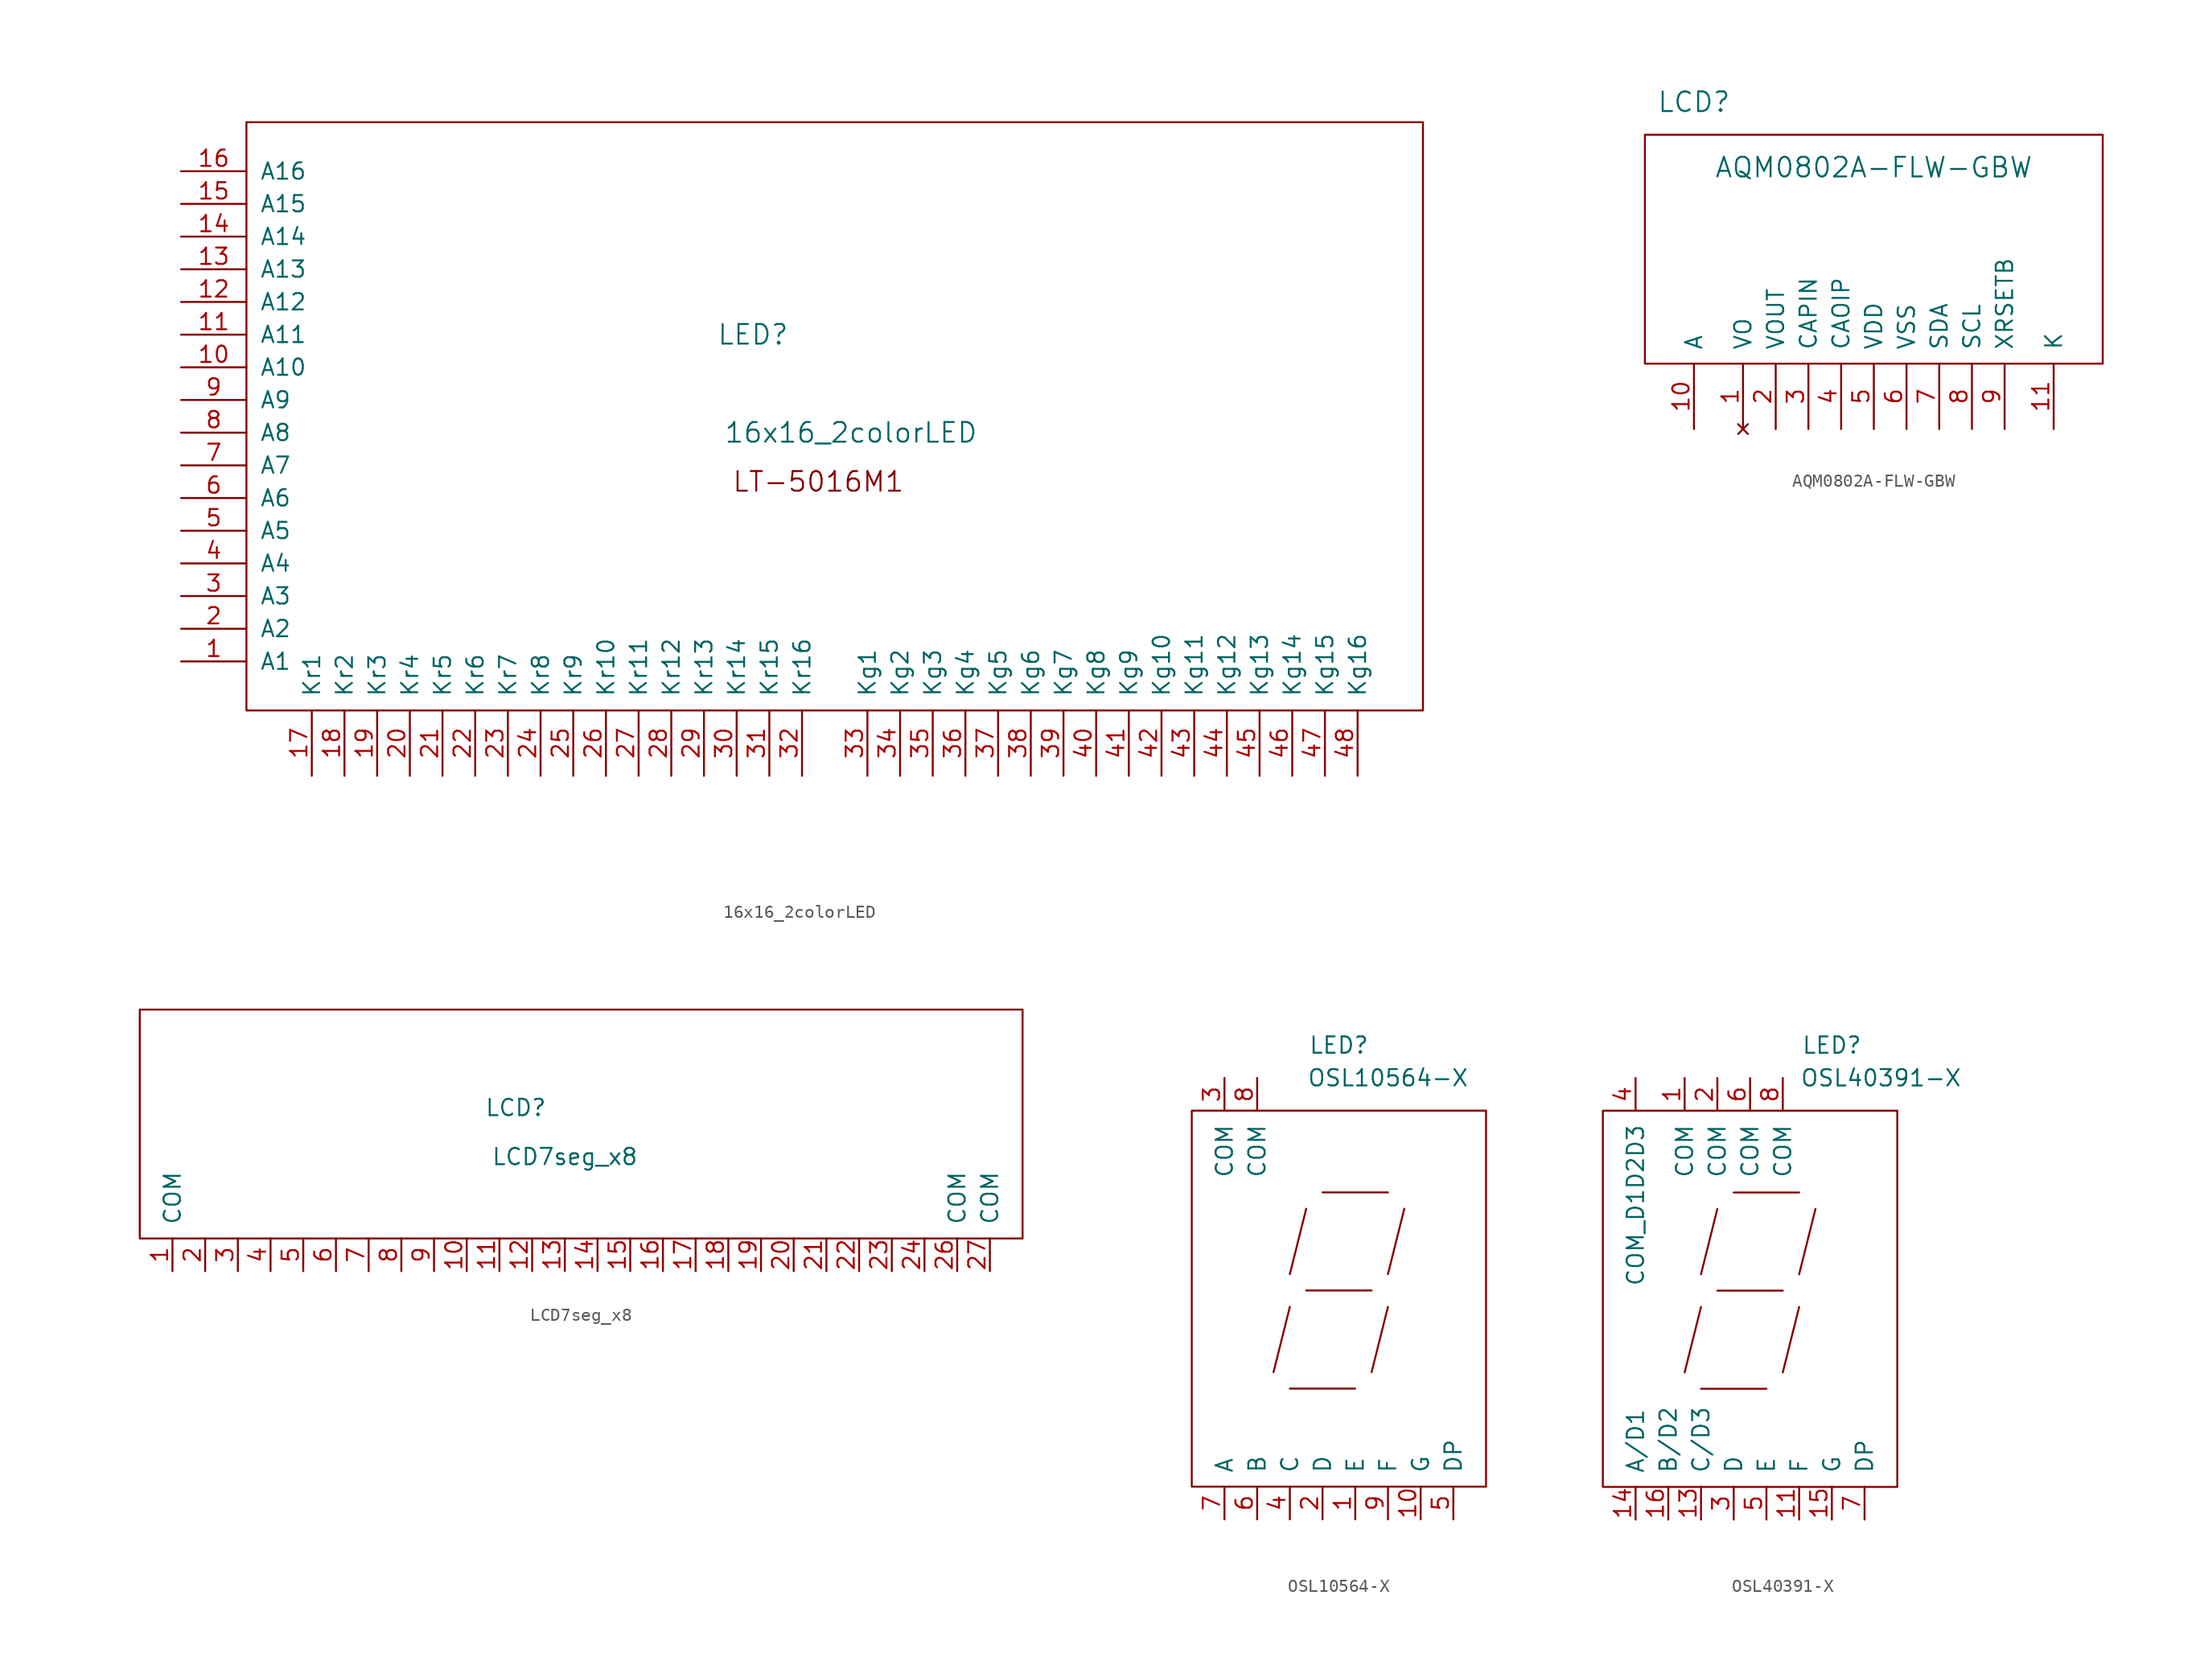
<source format=kicad_sym>
(kicad_symbol_lib
  (version 20220914)
  (generator kicad_symbol_editor)
  (symbol "16x16_2colorLED"
    (pin_names
      (offset 1.016))
    (property "Reference" "LED"
      (at 44.45 38.1 0)
      (effects (font (size 1.524 1.524))))
    (property "Value" "16x16_2colorLED"
      (at 52.07 30.48 0)
      (effects (font (size 1.524 1.524))))
    (property "Footprint" ""
      (at 0 0 0)
      (effects (font (size 1.524 1.524))))
    (property "Datasheet" ""
      (at 0 0 0)
      (effects (font (size 1.524 1.524))))
    (symbol "16x16_2colorLED_0_0"
      (text "LT-5016M1" (at 49.53 26.67 0) (effects (font (size 1.524 1.524)))))
    (symbol "16x16_2colorLED_0_1"
      (rectangle (start 5.08 54.61) (end 96.52 8.89) (stroke (width 0) (type solid)) (fill (type none)))
      (rectangle (start 60.96 6.35) (end 60.96 6.35) (stroke (width 0) (type solid)) (fill (type none))))
    (symbol "16x16_2colorLED_1_1"
      (pin input line (at 0 12.7 0) (length 5.08) (name "A1" (effects (font (size 1.27 1.27)))) (number "1" (effects (font (size 1.27 1.27)))))
      (pin input line (at 0 35.56 0) (length 5.08) (name "A10" (effects (font (size 1.27 1.27)))) (number "10" (effects (font (size 1.27 1.27)))))
      (pin input line (at 0 38.1 0) (length 5.08) (name "A11" (effects (font (size 1.27 1.27)))) (number "11" (effects (font (size 1.27 1.27)))))
      (pin input line (at 0 40.64 0) (length 5.08) (name "A12" (effects (font (size 1.27 1.27)))) (number "12" (effects (font (size 1.27 1.27)))))
      (pin input line (at 0 43.18 0) (length 5.08) (name "A13" (effects (font (size 1.27 1.27)))) (number "13" (effects (font (size 1.27 1.27)))))
      (pin input line (at 0 45.72 0) (length 5.08) (name "A14" (effects (font (size 1.27 1.27)))) (number "14" (effects (font (size 1.27 1.27)))))
      (pin input line (at 0 48.26 0) (length 5.08) (name "A15" (effects (font (size 1.27 1.27)))) (number "15" (effects (font (size 1.27 1.27)))))
      (pin input line (at 0 50.8 0) (length 5.08) (name "A16" (effects (font (size 1.27 1.27)))) (number "16" (effects (font (size 1.27 1.27)))))
      (pin input line (at 10.16 3.81 90) (length 5.08) (name "Kr1" (effects (font (size 1.27 1.27)))) (number "17" (effects (font (size 1.27 1.27)))))
      (pin input line (at 12.7 3.81 90) (length 5.08) (name "Kr2" (effects (font (size 1.27 1.27)))) (number "18" (effects (font (size 1.27 1.27)))))
      (pin input line (at 15.24 3.81 90) (length 5.08) (name "Kr3" (effects (font (size 1.27 1.27)))) (number "19" (effects (font (size 1.27 1.27)))))
      (pin input line (at 0 15.24 0) (length 5.08) (name "A2" (effects (font (size 1.27 1.27)))) (number "2" (effects (font (size 1.27 1.27)))))
      (pin input line (at 17.78 3.81 90) (length 5.08) (name "Kr4" (effects (font (size 1.27 1.27)))) (number "20" (effects (font (size 1.27 1.27)))))
      (pin input line (at 20.32 3.81 90) (length 5.08) (name "Kr5" (effects (font (size 1.27 1.27)))) (number "21" (effects (font (size 1.27 1.27)))))
      (pin input line (at 22.86 3.81 90) (length 5.08) (name "Kr6" (effects (font (size 1.27 1.27)))) (number "22" (effects (font (size 1.27 1.27)))))
      (pin input line (at 25.4 3.81 90) (length 5.08) (name "Kr7" (effects (font (size 1.27 1.27)))) (number "23" (effects (font (size 1.27 1.27)))))
      (pin input line (at 27.94 3.81 90) (length 5.08) (name "Kr8" (effects (font (size 1.27 1.27)))) (number "24" (effects (font (size 1.27 1.27)))))
      (pin input line (at 30.48 3.81 90) (length 5.08) (name "Kr9" (effects (font (size 1.27 1.27)))) (number "25" (effects (font (size 1.27 1.27)))))
      (pin input line (at 33.02 3.81 90) (length 5.08) (name "Kr10" (effects (font (size 1.27 1.27)))) (number "26" (effects (font (size 1.27 1.27)))))
      (pin input line (at 35.56 3.81 90) (length 5.08) (name "Kr11" (effects (font (size 1.27 1.27)))) (number "27" (effects (font (size 1.27 1.27)))))
      (pin input line (at 38.1 3.81 90) (length 5.08) (name "Kr12" (effects (font (size 1.27 1.27)))) (number "28" (effects (font (size 1.27 1.27)))))
      (pin input line (at 40.64 3.81 90) (length 5.08) (name "Kr13" (effects (font (size 1.27 1.27)))) (number "29" (effects (font (size 1.27 1.27)))))
      (pin input line (at 0 17.78 0) (length 5.08) (name "A3" (effects (font (size 1.27 1.27)))) (number "3" (effects (font (size 1.27 1.27)))))
      (pin input line (at 43.18 3.81 90) (length 5.08) (name "Kr14" (effects (font (size 1.27 1.27)))) (number "30" (effects (font (size 1.27 1.27)))))
      (pin input line (at 45.72 3.81 90) (length 5.08) (name "Kr15" (effects (font (size 1.27 1.27)))) (number "31" (effects (font (size 1.27 1.27)))))
      (pin input line (at 48.26 3.81 90) (length 5.08) (name "Kr16" (effects (font (size 1.27 1.27)))) (number "32" (effects (font (size 1.27 1.27)))))
      (pin input line (at 53.34 3.81 90) (length 5.08) (name "Kg1" (effects (font (size 1.27 1.27)))) (number "33" (effects (font (size 1.27 1.27)))))
      (pin input line (at 55.88 3.81 90) (length 5.08) (name "Kg2" (effects (font (size 1.27 1.27)))) (number "34" (effects (font (size 1.27 1.27)))))
      (pin input line (at 58.42 3.81 90) (length 5.08) (name "Kg3" (effects (font (size 1.27 1.27)))) (number "35" (effects (font (size 1.27 1.27)))))
      (pin input line (at 60.96 3.81 90) (length 5.08) (name "Kg4" (effects (font (size 1.27 1.27)))) (number "36" (effects (font (size 1.27 1.27)))))
      (pin input line (at 63.5 3.81 90) (length 5.08) (name "Kg5" (effects (font (size 1.27 1.27)))) (number "37" (effects (font (size 1.27 1.27)))))
      (pin input line (at 66.04 3.81 90) (length 5.08) (name "Kg6" (effects (font (size 1.27 1.27)))) (number "38" (effects (font (size 1.27 1.27)))))
      (pin input line (at 68.58 3.81 90) (length 5.08) (name "Kg7" (effects (font (size 1.27 1.27)))) (number "39" (effects (font (size 1.27 1.27)))))
      (pin input line (at 0 20.32 0) (length 5.08) (name "A4" (effects (font (size 1.27 1.27)))) (number "4" (effects (font (size 1.27 1.27)))))
      (pin input line (at 71.12 3.81 90) (length 5.08) (name "Kg8" (effects (font (size 1.27 1.27)))) (number "40" (effects (font (size 1.27 1.27)))))
      (pin input line (at 73.66 3.81 90) (length 5.08) (name "Kg9" (effects (font (size 1.27 1.27)))) (number "41" (effects (font (size 1.27 1.27)))))
      (pin input line (at 76.2 3.81 90) (length 5.08) (name "Kg10" (effects (font (size 1.27 1.27)))) (number "42" (effects (font (size 1.27 1.27)))))
      (pin input line (at 78.74 3.81 90) (length 5.08) (name "Kg11" (effects (font (size 1.27 1.27)))) (number "43" (effects (font (size 1.27 1.27)))))
      (pin input line (at 81.28 3.81 90) (length 5.08) (name "Kg12" (effects (font (size 1.27 1.27)))) (number "44" (effects (font (size 1.27 1.27)))))
      (pin input line (at 83.82 3.81 90) (length 5.08) (name "Kg13" (effects (font (size 1.27 1.27)))) (number "45" (effects (font (size 1.27 1.27)))))
      (pin input line (at 86.36 3.81 90) (length 5.08) (name "Kg14" (effects (font (size 1.27 1.27)))) (number "46" (effects (font (size 1.27 1.27)))))
      (pin input line (at 88.9 3.81 90) (length 5.08) (name "Kg15" (effects (font (size 1.27 1.27)))) (number "47" (effects (font (size 1.27 1.27)))))
      (pin input line (at 91.44 3.81 90) (length 5.08) (name "Kg16" (effects (font (size 1.27 1.27)))) (number "48" (effects (font (size 1.27 1.27)))))
      (pin input line (at 0 22.86 0) (length 5.08) (name "A5" (effects (font (size 1.27 1.27)))) (number "5" (effects (font (size 1.27 1.27)))))
      (pin input line (at 0 25.4 0) (length 5.08) (name "A6" (effects (font (size 1.27 1.27)))) (number "6" (effects (font (size 1.27 1.27)))))
      (pin input line (at 0 27.94 0) (length 5.08) (name "A7" (effects (font (size 1.27 1.27)))) (number "7" (effects (font (size 1.27 1.27)))))
      (pin input line (at 0 30.48 0) (length 5.08) (name "A8" (effects (font (size 1.27 1.27)))) (number "8" (effects (font (size 1.27 1.27)))))
      (pin input line (at 0 33.02 0) (length 5.08) (name "A9" (effects (font (size 1.27 1.27)))) (number "9" (effects (font (size 1.27 1.27)))))))
  (symbol "AQM0802A-FLW-GBW"
    (pin_names
      (offset 1.016))
    (property "Reference" "LCD"
      (at -13.97 22.86 0)
      (effects (font (size 1.524 1.524))))
    (property "Value" "AQM0802A-FLW-GBW"
      (at 0 17.78 0)
      (effects (font (size 1.524 1.524))))
    (property "Footprint" ""
      (at 0 0 0)
      (effects (font (size 1.524 1.524))))
    (property "Datasheet" ""
      (at 0 0 0)
      (effects (font (size 1.524 1.524))))
    (symbol "AQM0802A-FLW-GBW_0_1"
      (rectangle (start 17.78 2.54) (end -17.78 20.32) (stroke (width 0) (type solid)) (fill (type none))))
    (symbol "AQM0802A-FLW-GBW_1_1"
      (pin no_connect line (at -10.16 -2.54 90) (length 5.08) (name "VO" (effects (font (size 1.27 1.27)))) (number "1" (effects (font (size 1.27 1.27)))))
      (pin input line (at -13.97 -2.54 90) (length 5.08) (name "A" (effects (font (size 1.27 1.27)))) (number "10" (effects (font (size 1.27 1.27)))))
      (pin input line (at 13.97 -2.54 90) (length 5.08) (name "K" (effects (font (size 1.27 1.27)))) (number "11" (effects (font (size 1.27 1.27)))))
      (pin passive line (at -7.62 -2.54 90) (length 5.08) (name "VOUT" (effects (font (size 1.27 1.27)))) (number "2" (effects (font (size 1.27 1.27)))))
      (pin passive line (at -5.08 -2.54 90) (length 5.08) (name "CAPIN" (effects (font (size 1.27 1.27)))) (number "3" (effects (font (size 1.27 1.27)))))
      (pin passive line (at -2.54 -2.54 90) (length 5.08) (name "CAOIP" (effects (font (size 1.27 1.27)))) (number "4" (effects (font (size 1.27 1.27)))))
      (pin power_in line (at 0 -2.54 90) (length 5.08) (name "VDD" (effects (font (size 1.27 1.27)))) (number "5" (effects (font (size 1.27 1.27)))))
      (pin power_in line (at 2.54 -2.54 90) (length 5.08) (name "VSS" (effects (font (size 1.27 1.27)))) (number "6" (effects (font (size 1.27 1.27)))))
      (pin input line (at 5.08 -2.54 90) (length 5.08) (name "SDA" (effects (font (size 1.27 1.27)))) (number "7" (effects (font (size 1.27 1.27)))))
      (pin input line (at 7.62 -2.54 90) (length 5.08) (name "SCL" (effects (font (size 1.27 1.27)))) (number "8" (effects (font (size 1.27 1.27)))))
      (pin input line (at 10.16 -2.54 90) (length 5.08) (name "XRSETB" (effects (font (size 1.27 1.27)))) (number "9" (effects (font (size 1.27 1.27)))))))
  (symbol "LCD7seg_x8"
    (pin_names
      (offset 1.016))
    (property "Reference" "LCD"
      (at -3.81 10.16 0)
      (effects (font (size 1.27 1.27))))
    (property "Value" "LCD7seg_x8"
      (at 0 6.35 0)
      (effects (font (size 1.27 1.27))))
    (symbol "LCD7seg_x8_0_1"
      (rectangle (start -33.02 17.78) (end 35.56 0) (stroke (width 0) (type solid)) (fill (type none))))
    (symbol "LCD7seg_x8_1_1"
      (pin input line (at -30.48 -2.54 90) (length 2.54) (name "COM" (effects (font (size 1.27 1.27)))) (number "1" (effects (font (size 1.27 1.27)))))
      (pin input line (at -7.62 -2.54 90) (length 2.54) (name "~" (effects (font (size 1.27 1.27)))) (number "10" (effects (font (size 1.27 1.27)))))
      (pin input line (at -5.08 -2.54 90) (length 2.54) (name "~" (effects (font (size 1.27 1.27)))) (number "11" (effects (font (size 1.27 1.27)))))
      (pin input line (at -2.54 -2.54 90) (length 2.54) (name "~" (effects (font (size 1.27 1.27)))) (number "12" (effects (font (size 1.27 1.27)))))
      (pin input line (at 0 -2.54 90) (length 2.54) (name "~" (effects (font (size 1.27 1.27)))) (number "13" (effects (font (size 1.27 1.27)))))
      (pin input line (at 2.54 -2.54 90) (length 2.54) (name "~" (effects (font (size 1.27 1.27)))) (number "14" (effects (font (size 1.27 1.27)))))
      (pin input line (at 5.08 -2.54 90) (length 2.54) (name "~" (effects (font (size 1.27 1.27)))) (number "15" (effects (font (size 1.27 1.27)))))
      (pin input line (at 7.62 -2.54 90) (length 2.54) (name "~" (effects (font (size 1.27 1.27)))) (number "16" (effects (font (size 1.27 1.27)))))
      (pin input line (at 10.16 -2.54 90) (length 2.54) (name "~" (effects (font (size 1.27 1.27)))) (number "17" (effects (font (size 1.27 1.27)))))
      (pin input line (at 12.7 -2.54 90) (length 2.54) (name "~" (effects (font (size 1.27 1.27)))) (number "18" (effects (font (size 1.27 1.27)))))
      (pin input line (at 15.24 -2.54 90) (length 2.54) (name "~" (effects (font (size 1.27 1.27)))) (number "19" (effects (font (size 1.27 1.27)))))
      (pin input line (at -27.94 -2.54 90) (length 2.54) (name "~" (effects (font (size 1.27 1.27)))) (number "2" (effects (font (size 1.27 1.27)))))
      (pin input line (at 17.78 -2.54 90) (length 2.54) (name "~" (effects (font (size 1.27 1.27)))) (number "20" (effects (font (size 1.27 1.27)))))
      (pin input line (at 20.32 -2.54 90) (length 2.54) (name "~" (effects (font (size 1.27 1.27)))) (number "21" (effects (font (size 1.27 1.27)))))
      (pin input line (at 22.86 -2.54 90) (length 2.54) (name "~" (effects (font (size 1.27 1.27)))) (number "22" (effects (font (size 1.27 1.27)))))
      (pin input line (at 25.4 -2.54 90) (length 2.54) (name "~" (effects (font (size 1.27 1.27)))) (number "23" (effects (font (size 1.27 1.27)))))
      (pin input line (at 27.94 -2.54 90) (length 2.54) (name "~" (effects (font (size 1.27 1.27)))) (number "24" (effects (font (size 1.27 1.27)))))
      (pin input line (at 30.48 -2.54 90) (length 2.54) (name "COM" (effects (font (size 1.27 1.27)))) (number "26" (effects (font (size 1.27 1.27)))))
      (pin input line (at 33.02 -2.54 90) (length 2.54) (name "COM" (effects (font (size 1.27 1.27)))) (number "27" (effects (font (size 1.27 1.27)))))
      (pin input line (at -25.4 -2.54 90) (length 2.54) (name "~" (effects (font (size 1.27 1.27)))) (number "3" (effects (font (size 1.27 1.27)))))
      (pin input line (at -22.86 -2.54 90) (length 2.54) (name "~" (effects (font (size 1.27 1.27)))) (number "4" (effects (font (size 1.27 1.27)))))
      (pin input line (at -20.32 -2.54 90) (length 2.54) (name "~" (effects (font (size 1.27 1.27)))) (number "5" (effects (font (size 1.27 1.27)))))
      (pin input line (at -17.78 -2.54 90) (length 2.54) (name "~" (effects (font (size 1.27 1.27)))) (number "6" (effects (font (size 1.27 1.27)))))
      (pin input line (at -15.24 -2.54 90) (length 2.54) (name "~" (effects (font (size 1.27 1.27)))) (number "7" (effects (font (size 1.27 1.27)))))
      (pin input line (at -12.7 -2.54 90) (length 2.54) (name "~" (effects (font (size 1.27 1.27)))) (number "8" (effects (font (size 1.27 1.27)))))
      (pin input line (at -10.16 -2.54 90) (length 2.54) (name "~" (effects (font (size 1.27 1.27)))) (number "9" (effects (font (size 1.27 1.27)))))))
  (symbol "OSL10564-X"
    (pin_names
      (offset 1.016))
    (property "Reference" "LED"
      (at 0 19.05 0)
      (effects (font (size 1.27 1.27))))
    (property "Value" "OSL10564-X"
      (at 3.81 16.51 0)
      (effects (font (size 1.27 1.27))))
    (symbol "OSL10564-X_0_1"
      (rectangle (start -11.43 13.97) (end 11.43 -15.24) (stroke (width 0) (type solid)) (fill (type none)))
      (polyline (pts (xy -3.81 -7.62) (xy 1.27 -7.62)) (stroke (width 0) (type solid)) (fill (type none)))
      (polyline (pts (xy -3.81 -1.27) (xy -5.08 -6.35)) (stroke (width 0) (type solid)) (fill (type none)))
      (polyline (pts (xy -2.54 6.35) (xy -3.81 1.27)) (stroke (width 0) (type solid)) (fill (type none)))
      (polyline (pts (xy -1.27 7.62) (xy 3.81 7.62)) (stroke (width 0) (type solid)) (fill (type none)))
      (polyline (pts (xy 2.54 -6.35) (xy 3.81 -1.27)) (stroke (width 0) (type solid)) (fill (type none)))
      (polyline (pts (xy 2.54 0) (xy -2.54 0)) (stroke (width 0) (type solid)) (fill (type none)))
      (polyline (pts (xy 5.08 6.35) (xy 3.81 1.27)) (stroke (width 0) (type solid)) (fill (type none))))
    (symbol "OSL10564-X_1_1"
      (pin input line (at 1.27 -17.78 90) (length 2.54) (name "E" (effects (font (size 1.27 1.27)))) (number "1" (effects (font (size 1.27 1.27)))))
      (pin input line (at 6.35 -17.78 90) (length 2.54) (name "G" (effects (font (size 1.27 1.27)))) (number "10" (effects (font (size 1.27 1.27)))))
      (pin input line (at -1.27 -17.78 90) (length 2.54) (name "D" (effects (font (size 1.27 1.27)))) (number "2" (effects (font (size 1.27 1.27)))))
      (pin input line (at -8.89 16.51 270) (length 2.54) (name "COM" (effects (font (size 1.27 1.27)))) (number "3" (effects (font (size 1.27 1.27)))))
      (pin input line (at -3.81 -17.78 90) (length 2.54) (name "C" (effects (font (size 1.27 1.27)))) (number "4" (effects (font (size 1.27 1.27)))))
      (pin input line (at 8.89 -17.78 90) (length 2.54) (name "DP" (effects (font (size 1.27 1.27)))) (number "5" (effects (font (size 1.27 1.27)))))
      (pin input line (at -6.35 -17.78 90) (length 2.54) (name "B" (effects (font (size 1.27 1.27)))) (number "6" (effects (font (size 1.27 1.27)))))
      (pin input line (at -8.89 -17.78 90) (length 2.54) (name "A" (effects (font (size 1.27 1.27)))) (number "7" (effects (font (size 1.27 1.27)))))
      (pin input line (at -6.35 16.51 270) (length 2.54) (name "COM" (effects (font (size 1.27 1.27)))) (number "8" (effects (font (size 1.27 1.27)))))
      (pin input line (at 3.81 -17.78 90) (length 2.54) (name "F" (effects (font (size 1.27 1.27)))) (number "9" (effects (font (size 1.27 1.27)))))))
  (symbol "OSL40391-X"
    (pin_names
      (offset 1.016))
    (property "Reference" "LED"
      (at 6.35 19.05 0)
      (effects (font (size 1.27 1.27))))
    (property "Value" "OSL40391-X"
      (at 10.16 16.51 0)
      (effects (font (size 1.27 1.27))))
    (symbol "OSL40391-X_0_1"
      (rectangle (start -11.43 13.97) (end 11.43 -15.24) (stroke (width 0) (type solid)) (fill (type none)))
      (polyline (pts (xy -3.81 -7.62) (xy 1.27 -7.62)) (stroke (width 0) (type solid)) (fill (type none)))
      (polyline (pts (xy -3.81 -1.27) (xy -5.08 -6.35)) (stroke (width 0) (type solid)) (fill (type none)))
      (polyline (pts (xy -2.54 6.35) (xy -3.81 1.27)) (stroke (width 0) (type solid)) (fill (type none)))
      (polyline (pts (xy -1.27 7.62) (xy 3.81 7.62)) (stroke (width 0) (type solid)) (fill (type none)))
      (polyline (pts (xy 2.54 -6.35) (xy 3.81 -1.27)) (stroke (width 0) (type solid)) (fill (type none)))
      (polyline (pts (xy 2.54 0) (xy -2.54 0)) (stroke (width 0) (type solid)) (fill (type none)))
      (polyline (pts (xy 5.08 6.35) (xy 3.81 1.27)) (stroke (width 0) (type solid)) (fill (type none))))
    (symbol "OSL40391-X_1_1"
      (pin input line (at -5.08 16.51 270) (length 2.54) (name "COM" (effects (font (size 1.27 1.27)))) (number "1" (effects (font (size 1.27 1.27)))))
      (pin input line (at 3.81 -17.78 90) (length 2.54) (name "F" (effects (font (size 1.27 1.27)))) (number "11" (effects (font (size 1.27 1.27)))))
      (pin input line (at -3.81 -17.78 90) (length 2.54) (name "C/D3" (effects (font (size 1.27 1.27)))) (number "13" (effects (font (size 1.27 1.27)))))
      (pin input line (at -8.89 -17.78 90) (length 2.54) (name "A/D1" (effects (font (size 1.27 1.27)))) (number "14" (effects (font (size 1.27 1.27)))))
      (pin input line (at 6.35 -17.78 90) (length 2.54) (name "G" (effects (font (size 1.27 1.27)))) (number "15" (effects (font (size 1.27 1.27)))))
      (pin input line (at -6.35 -17.78 90) (length 2.54) (name "B/D2" (effects (font (size 1.27 1.27)))) (number "16" (effects (font (size 1.27 1.27)))))
      (pin input line (at -2.54 16.51 270) (length 2.54) (name "COM" (effects (font (size 1.27 1.27)))) (number "2" (effects (font (size 1.27 1.27)))))
      (pin input line (at -1.27 -17.78 90) (length 2.54) (name "D" (effects (font (size 1.27 1.27)))) (number "3" (effects (font (size 1.27 1.27)))))
      (pin input line (at -8.89 16.51 270) (length 2.54) (name "COM_D1D2D3" (effects (font (size 1.27 1.27)))) (number "4" (effects (font (size 1.27 1.27)))))
      (pin input line (at 1.27 -17.78 90) (length 2.54) (name "E" (effects (font (size 1.27 1.27)))) (number "5" (effects (font (size 1.27 1.27)))))
      (pin input line (at 0 16.51 270) (length 2.54) (name "COM" (effects (font (size 1.27 1.27)))) (number "6" (effects (font (size 1.27 1.27)))))
      (pin input line (at 8.89 -17.78 90) (length 2.54) (name "DP" (effects (font (size 1.27 1.27)))) (number "7" (effects (font (size 1.27 1.27)))))
      (pin input line (at 2.54 16.51 270) (length 2.54) (name "COM" (effects (font (size 1.27 1.27)))) (number "8" (effects (font (size 1.27 1.27))))))))
</source>
